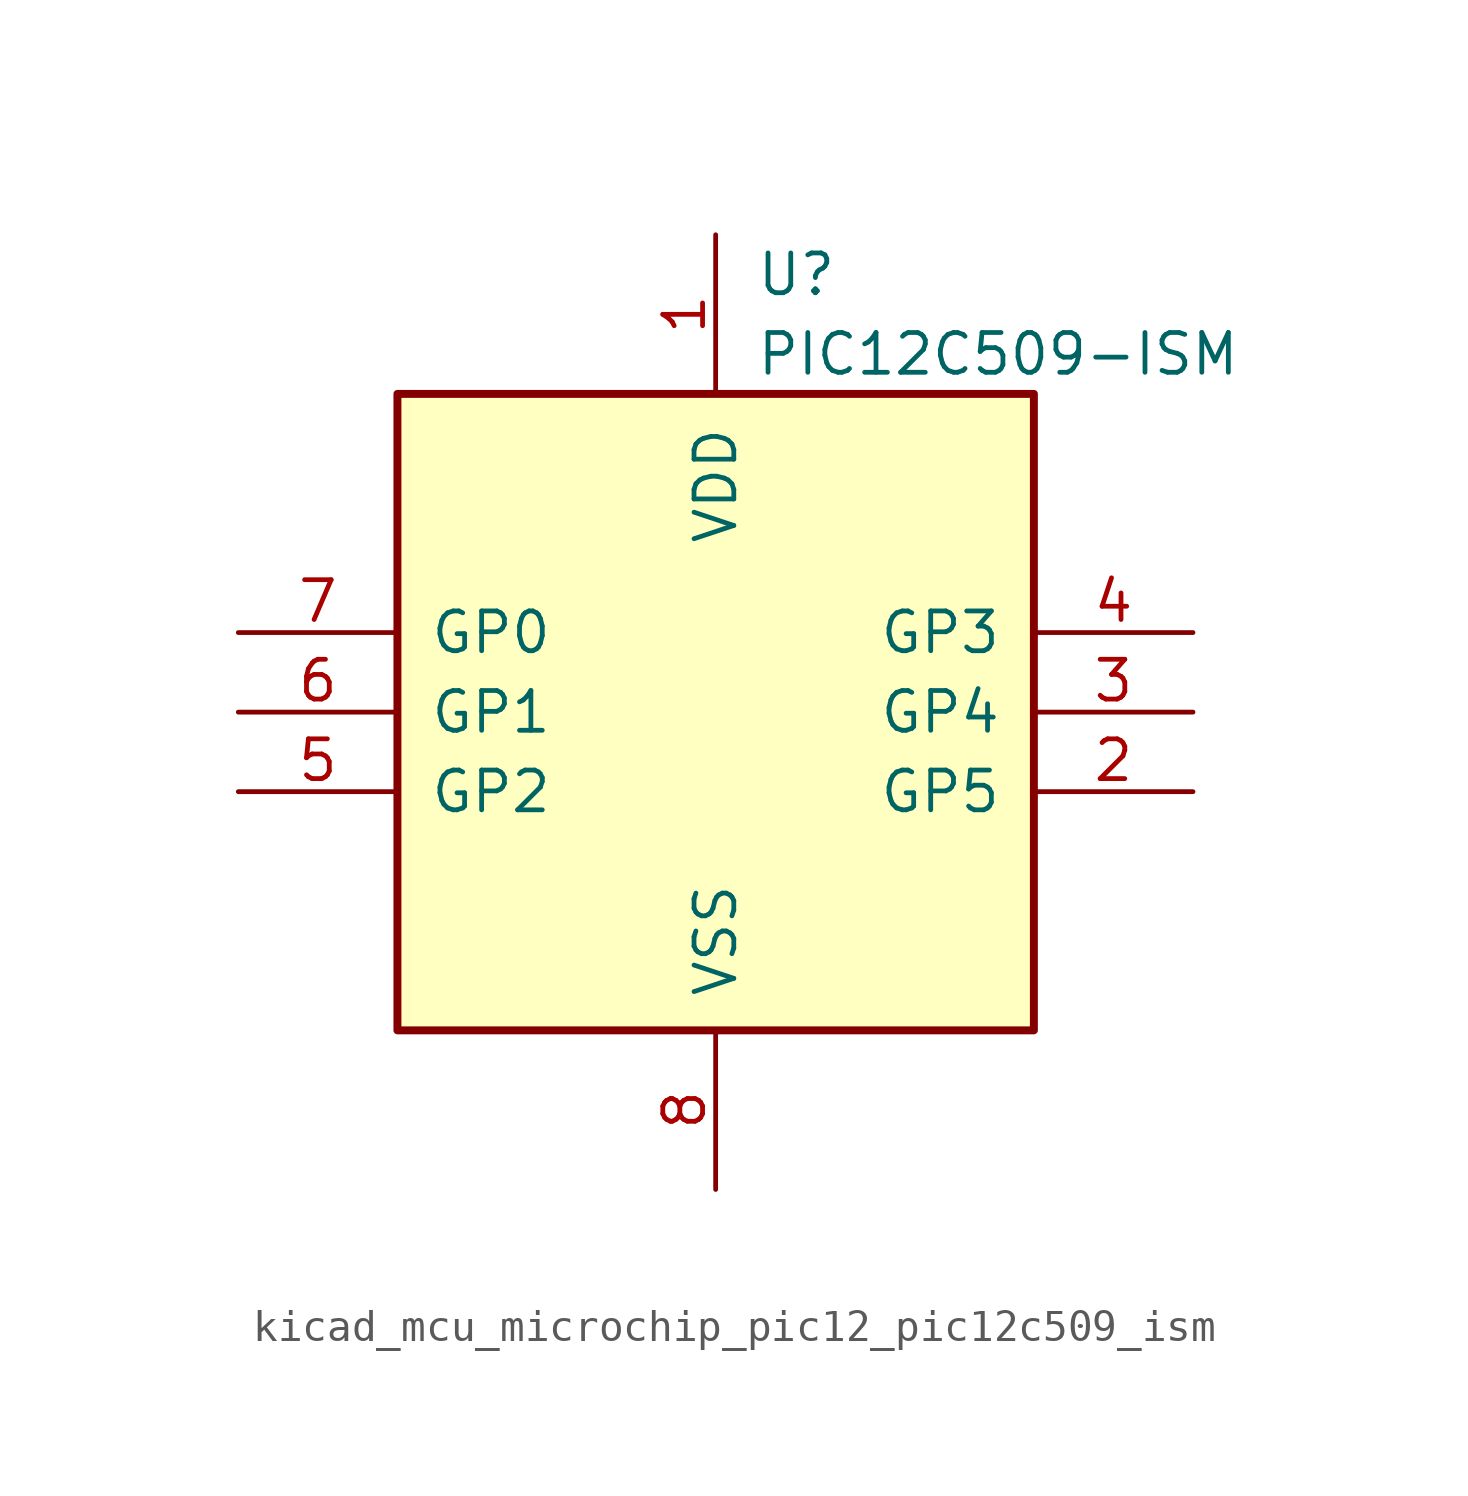
<source format=kicad_sym>
(kicad_symbol_lib
  (version 20220914)
  (generator kicad_symbol_editor)
  (symbol "kicad_mcu_microchip_pic12_pic12c509_ism"
    (pin_names
      (offset 1.016))
    (property "Reference" "U"
      (at 1.27 13.97 0)
      (effects (font (size 1.27 1.27)) (justify left)))
    (property "Value" "PIC12C509-ISM"
      (at 1.27 11.43 0)
      (effects (font (size 1.27 1.27)) (justify left)))
    (symbol "kicad_mcu_microchip_pic12_pic12c509_ism_0_1"
      (rectangle (start 10.16 -10.16) (end -10.16 10.16) (stroke (width 0.254) (type default)) (fill (type background))))
    (symbol "kicad_mcu_microchip_pic12_pic12c509_ism_1_1"
      (pin power_in line (at 0 15.24 270) (length 5.08) (name "VDD" (effects (font (size 1.27 1.27)))) (number "1" (effects (font (size 1.27 1.27)))))
      (pin bidirectional line (at 15.24 -2.54 180) (length 5.08) (name "GP5" (effects (font (size 1.27 1.27)))) (number "2" (effects (font (size 1.27 1.27)))))
      (pin bidirectional line (at 15.24 0 180) (length 5.08) (name "GP4" (effects (font (size 1.27 1.27)))) (number "3" (effects (font (size 1.27 1.27)))))
      (pin input line (at 15.24 2.54 180) (length 5.08) (name "GP3" (effects (font (size 1.27 1.27)))) (number "4" (effects (font (size 1.27 1.27)))))
      (pin bidirectional line (at -15.24 -2.54 0) (length 5.08) (name "GP2" (effects (font (size 1.27 1.27)))) (number "5" (effects (font (size 1.27 1.27)))))
      (pin bidirectional line (at -15.24 0 0) (length 5.08) (name "GP1" (effects (font (size 1.27 1.27)))) (number "6" (effects (font (size 1.27 1.27)))))
      (pin bidirectional line (at -15.24 2.54 0) (length 5.08) (name "GP0" (effects (font (size 1.27 1.27)))) (number "7" (effects (font (size 1.27 1.27)))))
      (pin power_in line (at 0 -15.24 90) (length 5.08) (name "VSS" (effects (font (size 1.27 1.27)))) (number "8" (effects (font (size 1.27 1.27))))))))
</source>
